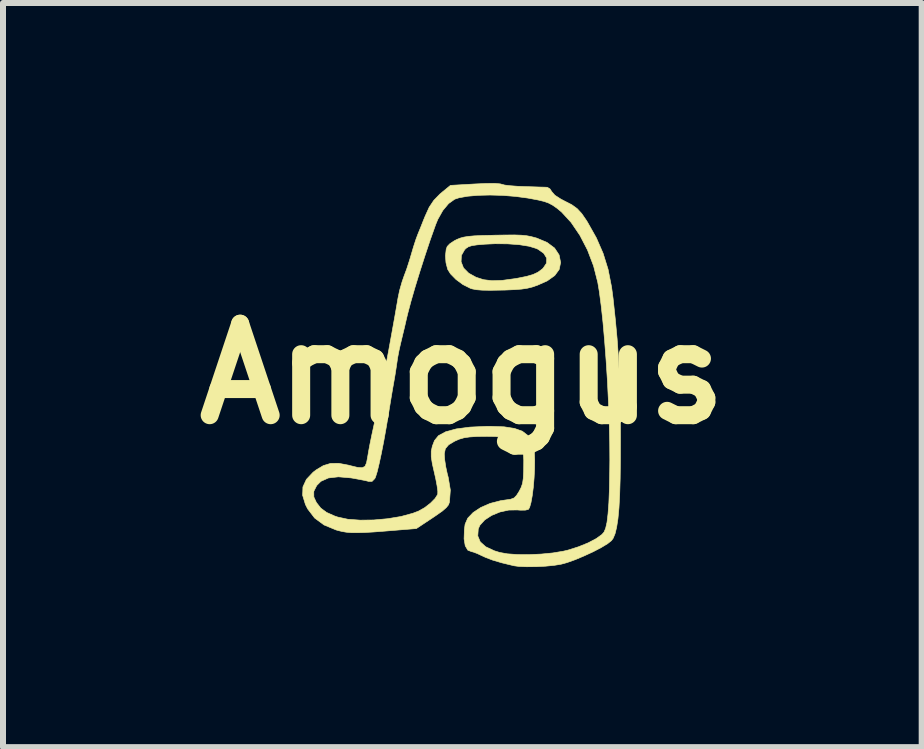
<source format=kicad_pcb>
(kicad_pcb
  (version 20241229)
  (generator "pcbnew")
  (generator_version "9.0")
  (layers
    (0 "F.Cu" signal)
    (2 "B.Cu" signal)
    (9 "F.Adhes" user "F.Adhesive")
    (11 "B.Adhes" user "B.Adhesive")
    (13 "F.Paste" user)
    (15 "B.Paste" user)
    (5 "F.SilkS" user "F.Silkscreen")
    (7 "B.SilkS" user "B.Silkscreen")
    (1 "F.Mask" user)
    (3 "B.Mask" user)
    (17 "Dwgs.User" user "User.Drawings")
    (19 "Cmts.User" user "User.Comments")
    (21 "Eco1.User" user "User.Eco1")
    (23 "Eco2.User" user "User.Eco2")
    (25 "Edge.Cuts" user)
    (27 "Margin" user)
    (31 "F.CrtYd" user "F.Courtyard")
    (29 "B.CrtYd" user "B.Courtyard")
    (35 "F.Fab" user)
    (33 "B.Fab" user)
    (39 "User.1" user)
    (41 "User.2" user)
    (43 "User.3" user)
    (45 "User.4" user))
  (footprint "Amogus"
    (layer "F.Cu")
    (at 4.652 3.177)
    (property "Reference" "Amogus" (at 0 0 0) (layer "F.SilkS") (effects (font (size 1.524 1.524) (thickness 0.3))))
    (attr through_hole)
    (fp_poly (pts (xy 0.981 -2.309) (xy 1.066 -2.301) (xy 1.141 -2.287) (xy 1.216 -2.267) (xy 1.238 -2.261) (xy 1.41 -2.189) (xy 1.536 -2.095) (xy 1.612 -1.98) (xy 1.637 -1.854) (xy 1.613 -1.738) (xy 1.539 -1.637) (xy 1.414 -1.548) (xy 1.252 -1.476) (xy 1.165 -1.446) (xy 1.081 -1.425) (xy 0.987 -1.411) (xy 0.869 -1.402) (xy 0.713 -1.395) (xy 0.649 -1.394) (xy 0.468 -1.391) (xy 0.332 -1.393) (xy 0.234 -1.401) (xy 0.162 -1.415) (xy 0.132 -1.425) (xy 0.009 -1.487) (xy -0.106 -1.572) (xy -0.198 -1.666) (xy -0.244 -1.74) (xy -0.272 -1.847) (xy -0.274 -1.867) (xy -0.021 -1.867) (xy 0.019 -1.764) (xy 0.103 -1.679) (xy 0.11 -1.674) (xy 0.229 -1.608) (xy 0.353 -1.568) (xy 0.493 -1.551) (xy 0.661 -1.556) (xy 0.868 -1.584) (xy 0.923 -1.593) (xy 1.071 -1.623) (xy 1.178 -1.654) (xy 1.259 -1.692) (xy 1.329 -1.744) (xy 1.347 -1.761) (xy 1.402 -1.843) (xy 1.405 -1.927) (xy 1.356 -2.007) (xy 1.26 -2.075) (xy 1.232 -2.088) (xy 1.111 -2.125) (xy 0.948 -2.151) (xy 0.755 -2.165) (xy 0.545 -2.167) (xy 0.374 -2.159) (xy 0.245 -2.148) (xy 0.159 -2.135) (xy 0.102 -2.117) (xy 0.061 -2.09) (xy 0.038 -2.067) (xy -0.016 -1.972) (xy -0.021 -1.867) (xy -0.274 -1.867) (xy -0.281 -1.967) (xy -0.269 -2.074) (xy -0.252 -2.121) (xy -0.209 -2.166) (xy -0.134 -2.216) (xy -0.089 -2.239) (xy -0.034 -2.261) (xy 0.025 -2.277) (xy 0.099 -2.289) (xy 0.198 -2.298) (xy 0.331 -2.304) (xy 0.51 -2.308) (xy 0.543 -2.309) (xy 0.73 -2.312) (xy 0.872 -2.313) (xy 0.981 -2.309)) (stroke (width 0.01) (type solid)) (fill yes) (layer "F.SilkS"))
    (fp_poly (pts (xy 0.631 -3.164) (xy 0.657 -3.157) (xy 0.706 -3.144) (xy 0.798 -3.133) (xy 0.919 -3.124) (xy 1.04 -3.119) (xy 1.174 -3.115) (xy 1.29 -3.111) (xy 1.375 -3.109) (xy 1.414 -3.107) (xy 1.458 -3.082) (xy 1.49 -3.034) (xy 1.541 -2.975) (xy 1.64 -2.911) (xy 1.701 -2.879) (xy 1.822 -2.817) (xy 1.912 -2.752) (xy 1.988 -2.67) (xy 2.067 -2.555) (xy 2.085 -2.526) (xy 2.233 -2.263) (xy 2.345 -2.006) (xy 2.428 -1.739) (xy 2.486 -1.444) (xy 2.511 -1.256) (xy 2.548 -0.909) (xy 2.578 -0.586) (xy 2.6 -0.273) (xy 2.616 0.045) (xy 2.627 0.38) (xy 2.633 0.747) (xy 2.634 1.058) (xy 2.633 1.428) (xy 2.629 1.745) (xy 2.621 2.013) (xy 2.609 2.235) (xy 2.592 2.415) (xy 2.57 2.557) (xy 2.544 2.664) (xy 2.512 2.74) (xy 2.484 2.779) (xy 2.418 2.831) (xy 2.312 2.895) (xy 2.178 2.965) (xy 2.03 3.033) (xy 1.881 3.096) (xy 1.744 3.145) (xy 1.645 3.172) (xy 1.529 3.191) (xy 1.384 3.205) (xy 1.226 3.213) (xy 1.073 3.214) (xy 0.943 3.209) (xy 0.861 3.198) (xy 0.662 3.15) (xy 0.506 3.104) (xy 0.383 3.057) (xy 0.333 3.034) (xy 0.248 2.994) (xy 0.181 2.969) (xy 0.155 2.963) (xy 0.091 2.938) (xy 0.048 2.865) (xy 0.029 2.75) (xy 0.034 2.596) (xy 0.046 2.505) (xy 0.09 2.405) (xy 0.18 2.311) (xy 0.307 2.227) (xy 0.463 2.159) (xy 0.637 2.114) (xy 0.711 2.103) (xy 0.804 2.09) (xy 0.862 2.068) (xy 0.903 2.026) (xy 0.945 1.96) (xy 0.98 1.892) (xy 1.003 1.825) (xy 1.015 1.742) (xy 1.021 1.626) (xy 1.022 1.567) (xy 1.023 1.435) (xy 1.017 1.345) (xy 1.004 1.283) (xy 0.981 1.236) (xy 0.97 1.22) (xy 0.9 1.144) (xy 0.813 1.092) (xy 0.699 1.06) (xy 0.547 1.044) (xy 0.41 1.042) (xy 0.244 1.044) (xy 0.121 1.052) (xy 0.027 1.066) (xy -0.052 1.089) (xy -0.127 1.122) (xy -0.228 1.182) (xy -0.283 1.247) (xy -0.301 1.334) (xy -0.294 1.433) (xy -0.276 1.551) (xy -0.25 1.671) (xy -0.236 1.722) (xy -0.2 1.936) (xy -0.215 2.138) (xy -0.231 2.183) (xy -0.268 2.229) (xy -0.332 2.285) (xy -0.434 2.357) (xy -0.499 2.401) (xy -0.766 2.578) (xy -1.039 2.6) (xy -1.283 2.62) (xy -1.478 2.635) (xy -1.633 2.644) (xy -1.755 2.647) (xy -1.852 2.646) (xy -1.932 2.639) (xy -2.003 2.627) (xy -2.072 2.61) (xy -2.104 2.601) (xy -2.304 2.518) (xy -2.461 2.402) (xy -2.577 2.25) (xy -2.614 2.177) (xy -2.661 2.023) (xy -2.658 1.958) (xy -2.475 1.958) (xy -2.474 2.052) (xy -2.432 2.143) (xy -2.359 2.237) (xy -2.262 2.309) (xy -2.127 2.369) (xy -2.074 2.387) (xy -1.907 2.423) (xy -1.702 2.438) (xy -1.476 2.435) (xy -1.244 2.414) (xy -1.022 2.377) (xy -0.824 2.323) (xy -0.727 2.286) (xy -0.628 2.23) (xy -0.531 2.155) (xy -0.454 2.077) (xy -0.411 2.009) (xy -0.41 2.006) (xy -0.409 1.956) (xy -0.421 1.866) (xy -0.443 1.749) (xy -0.465 1.652) (xy -0.5 1.498) (xy -0.518 1.382) (xy -0.518 1.29) (xy -0.5 1.206) (xy -0.465 1.115) (xy -0.464 1.112) (xy -0.397 1.03) (xy -0.276 0.965) (xy -0.101 0.918) (xy 0.127 0.888) (xy 0.408 0.875) (xy 0.474 0.875) (xy 0.696 0.883) (xy 0.869 0.91) (xy 1 0.957) (xy 1.093 1.029) (xy 1.156 1.128) (xy 1.187 1.22) (xy 1.2 1.312) (xy 1.205 1.437) (xy 1.203 1.582) (xy 1.195 1.737) (xy 1.182 1.891) (xy 1.164 2.031) (xy 1.143 2.147) (xy 1.12 2.227) (xy 1.1 2.259) (xy 1.049 2.271) (xy 0.966 2.272) (xy 0.917 2.268) (xy 0.773 2.27) (xy 0.626 2.302) (xy 0.488 2.359) (xy 0.373 2.434) (xy 0.293 2.522) (xy 0.265 2.584) (xy 0.257 2.701) (xy 0.298 2.799) (xy 0.389 2.881) (xy 0.532 2.948) (xy 0.622 2.976) (xy 0.75 2.999) (xy 0.919 3.011) (xy 1.111 3.012) (xy 1.313 3.003) (xy 1.509 2.984) (xy 1.683 2.955) (xy 1.76 2.937) (xy 1.936 2.881) (xy 2.096 2.816) (xy 2.229 2.746) (xy 2.324 2.678) (xy 2.36 2.637) (xy 2.387 2.574) (xy 2.41 2.473) (xy 2.427 2.331) (xy 2.441 2.145) (xy 2.45 1.911) (xy 2.455 1.626) (xy 2.457 1.439) (xy 2.455 1.136) (xy 2.447 0.81) (xy 2.434 0.469) (xy 2.417 0.123) (xy 2.395 -0.219) (xy 2.37 -0.548) (xy 2.343 -0.855) (xy 2.313 -1.132) (xy 2.282 -1.368) (xy 2.256 -1.523) (xy 2.186 -1.797) (xy 2.085 -2.062) (xy 1.958 -2.307) (xy 1.812 -2.522) (xy 1.653 -2.695) (xy 1.573 -2.761) (xy 1.504 -2.809) (xy 1.438 -2.844) (xy 1.363 -2.871) (xy 1.264 -2.895) (xy 1.126 -2.921) (xy 1.087 -2.928) (xy 0.885 -2.955) (xy 0.673 -2.972) (xy 0.461 -2.978) (xy 0.262 -2.973) (xy 0.087 -2.958) (xy -0.053 -2.933) (xy -0.127 -2.909) (xy -0.229 -2.836) (xy -0.326 -2.72) (xy -0.409 -2.572) (xy -0.444 -2.487) (xy -0.534 -2.234) (xy -0.623 -1.967) (xy -0.709 -1.699) (xy -0.788 -1.442) (xy -0.856 -1.207) (xy -0.909 -1.007) (xy -0.931 -0.917) (xy -0.962 -0.781) (xy -0.995 -0.645) (xy -1.022 -0.532) (xy -1.028 -0.508) (xy -1.055 -0.388) (xy -1.079 -0.262) (xy -1.086 -0.212) (xy -1.101 -0.11) (xy -1.121 0.019) (xy -1.142 0.141) (xy -1.164 0.265) (xy -1.19 0.42) (xy -1.216 0.579) (xy -1.227 0.649) (xy -1.269 0.898) (xy -1.31 1.127) (xy -1.35 1.33) (xy -1.387 1.501) (xy -1.419 1.633) (xy -1.446 1.719) (xy -1.458 1.745) (xy -1.504 1.792) (xy -1.559 1.793) (xy -1.562 1.792) (xy -1.618 1.778) (xy -1.711 1.76) (xy -1.825 1.739) (xy -1.856 1.734) (xy -2.064 1.716) (xy -2.231 1.735) (xy -2.356 1.791) (xy -2.426 1.861) (xy -2.475 1.958) (xy -2.658 1.958) (xy -2.656 1.885) (xy -2.598 1.759) (xy -2.486 1.64) (xy -2.435 1.601) (xy -2.315 1.529) (xy -2.196 1.493) (xy -2.061 1.491) (xy -1.896 1.522) (xy -1.867 1.53) (xy -1.747 1.559) (xy -1.669 1.565) (xy -1.622 1.542) (xy -1.596 1.483) (xy -1.577 1.383) (xy -1.576 1.376) (xy -1.562 1.293) (xy -1.539 1.17) (xy -1.509 1.023) (xy -1.475 0.866) (xy -1.468 0.833) (xy -1.429 0.651) (xy -1.384 0.425) (xy -1.333 0.167) (xy -1.279 -0.113) (xy -1.225 -0.401) (xy -1.173 -0.688) (xy -1.124 -0.96) (xy -1.081 -1.208) (xy -1.073 -1.256) (xy -1.045 -1.39) (xy -1.004 -1.533) (xy -0.972 -1.625) (xy -0.926 -1.749) (xy -0.88 -1.891) (xy -0.85 -1.992) (xy -0.813 -2.117) (xy -0.772 -2.243) (xy -0.74 -2.328) (xy -0.694 -2.441) (xy -0.644 -2.567) (xy -0.621 -2.623) (xy -0.553 -2.773) (xy -0.476 -2.889) (xy -0.373 -2.995) (xy -0.324 -3.036) (xy -0.198 -3.139) (xy 0.202 -3.162) (xy 0.399 -3.171) (xy 0.542 -3.172) (xy 0.631 -3.164)) (stroke (width 0.01) (type solid)) (fill yes) (layer "F.SilkS")))
  (gr_rect
    (start -3 -3)
    (end 12.304 9.396)
    (stroke (width 0.1) (type default))
    (fill no)
    (layer "Edge.Cuts")))
</source>
